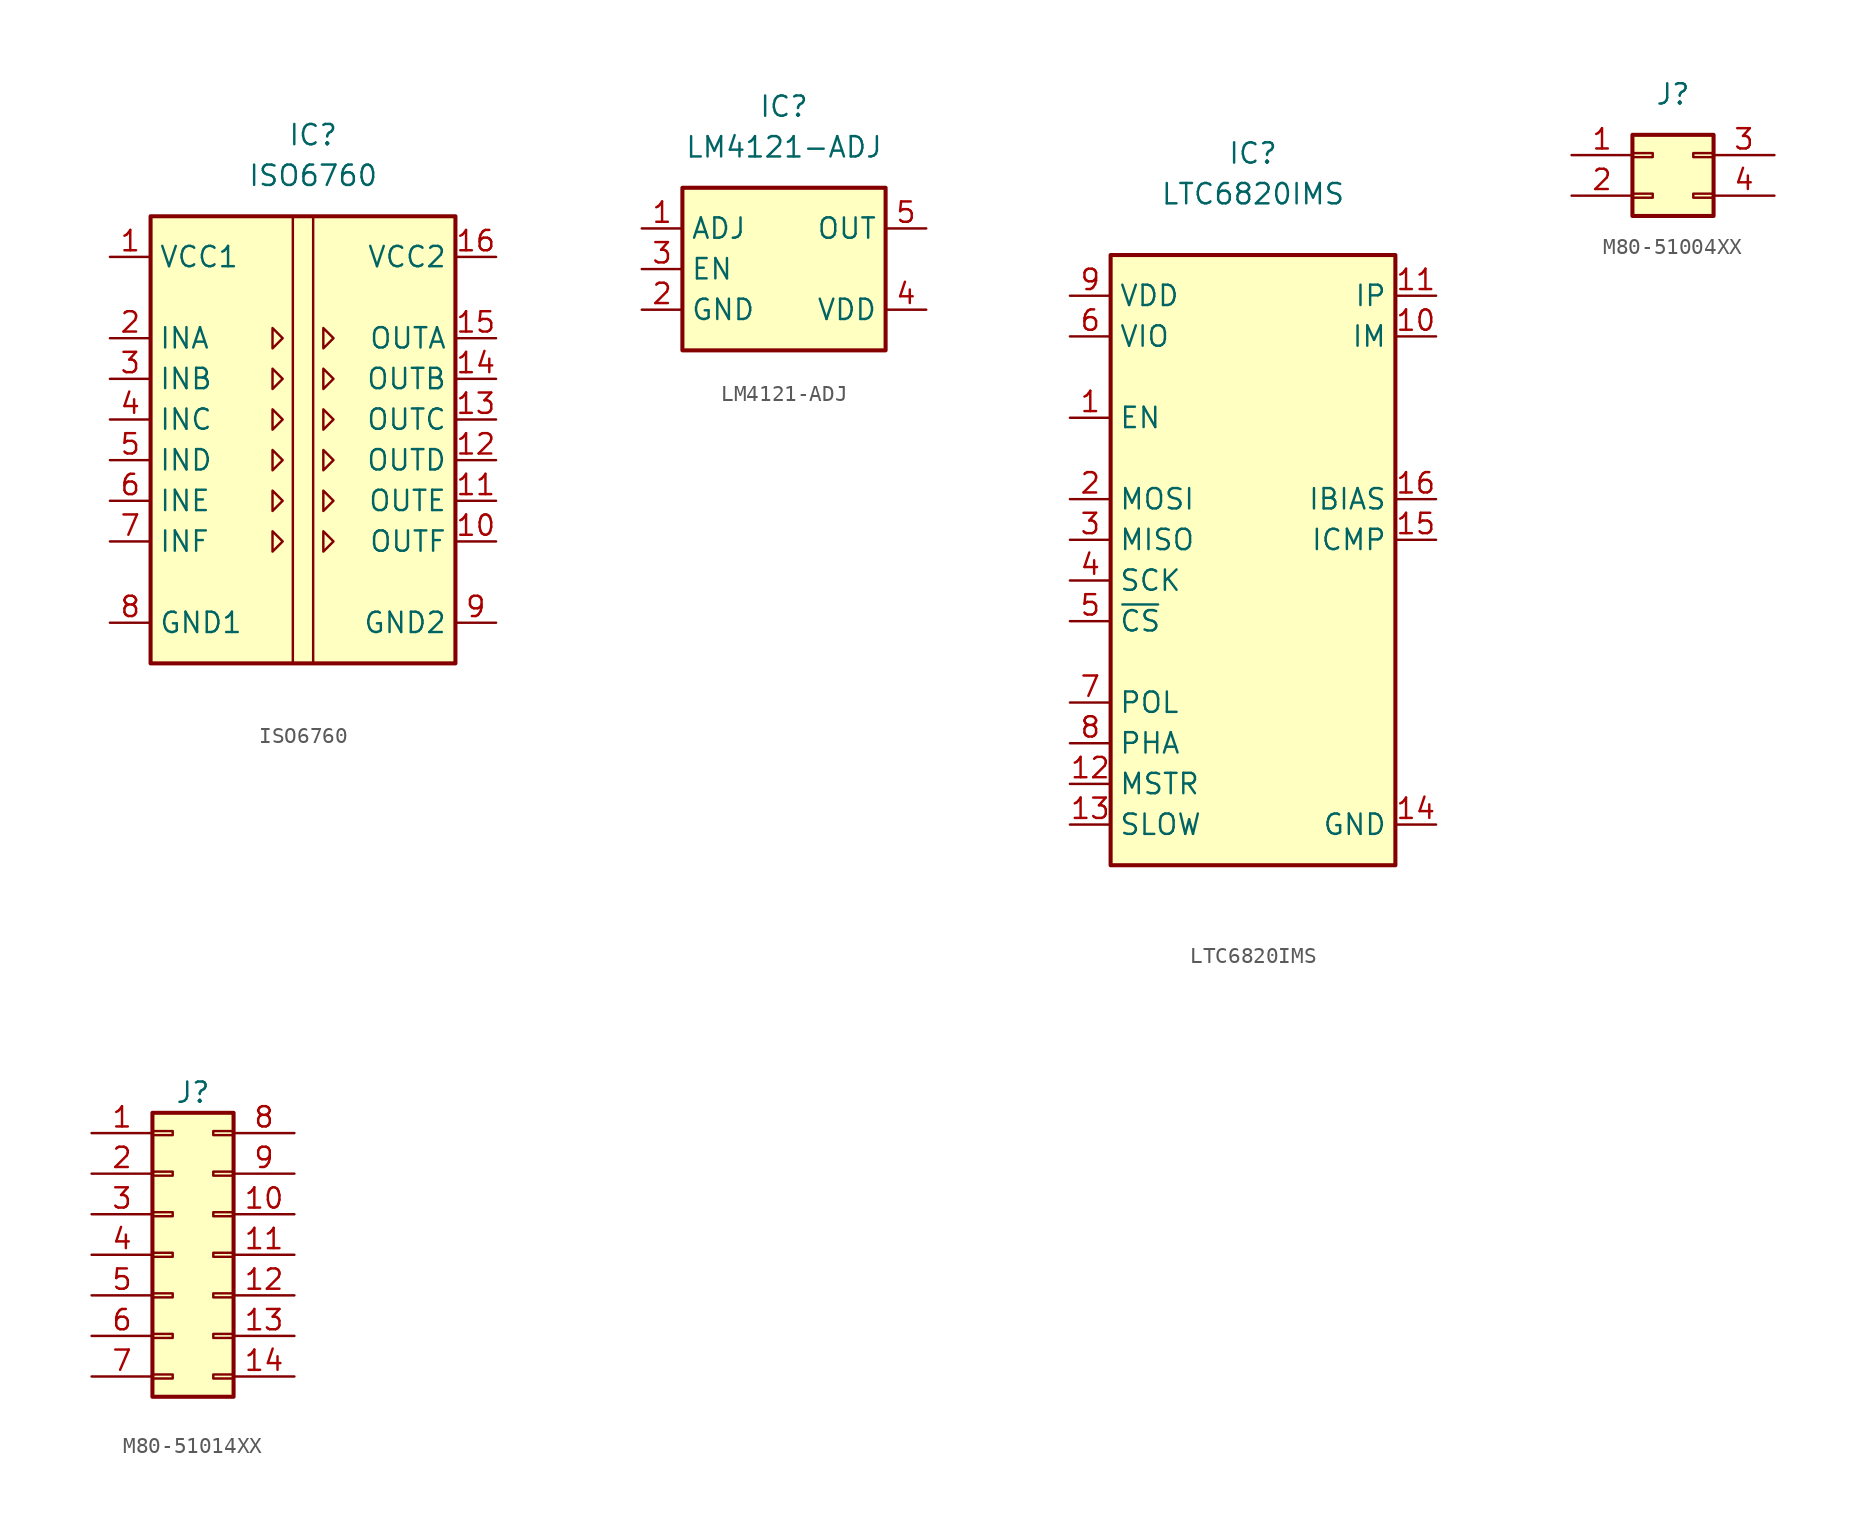
<source format=kicad_sym>
(kicad_symbol_lib
  (version 20231120)
  (generator "kicad_symbol_editor")
  (generator_version "8.0")
  (symbol "ISO6760"
    (property "Reference" "IC"
      (at 0 17.78 0)
      (effects (font (size 1.27 1.27))))
    (property "Value" "ISO6760"
      (at 0 15.24 0)
      (effects (font (size 1.27 1.27))))
    (symbol "ISO6760_0_1"
      (rectangle (start -10.16 12.7) (end 8.89 -15.24) (stroke (width 0.254) (type default)) (fill (type background)))
      (polyline (pts (xy -1.27 12.7) (xy -1.27 -15.24)) (stroke (width 0) (type default)) (fill (type none)))
      (polyline (pts (xy 0 12.7) (xy 0 -15.24)) (stroke (width 0) (type default)) (fill (type none))))
    (symbol "ISO6760_1_1"
      (polyline (pts (xy -2.54 -8.255) (xy -1.905 -7.62) (xy -2.54 -6.985) (xy -2.54 -8.255)) (stroke (width 0) (type default)) (fill (type none)))
      (polyline (pts (xy -2.54 -5.715) (xy -1.905 -5.08) (xy -2.54 -4.445) (xy -2.54 -5.715)) (stroke (width 0) (type default)) (fill (type none)))
      (polyline (pts (xy -2.54 -3.175) (xy -1.905 -2.54) (xy -2.54 -1.905) (xy -2.54 -3.175)) (stroke (width 0) (type default)) (fill (type none)))
      (polyline (pts (xy -2.54 -0.635) (xy -1.905 0) (xy -2.54 0.635) (xy -2.54 -0.635)) (stroke (width 0) (type default)) (fill (type none)))
      (polyline (pts (xy -2.54 3.175) (xy -1.905 2.54) (xy -2.54 1.905) (xy -2.54 3.175)) (stroke (width 0) (type default)) (fill (type none)))
      (polyline (pts (xy -2.54 5.715) (xy -1.905 5.08) (xy -2.54 4.445) (xy -2.54 5.715)) (stroke (width 0) (type default)) (fill (type none)))
      (polyline (pts (xy 0.635 -8.255) (xy 1.27 -7.62) (xy 0.635 -6.985) (xy 0.635 -8.255)) (stroke (width 0) (type default)) (fill (type none)))
      (polyline (pts (xy 0.635 -5.715) (xy 1.27 -5.08) (xy 0.635 -4.445) (xy 0.635 -5.715)) (stroke (width 0) (type default)) (fill (type none)))
      (polyline (pts (xy 0.635 -3.175) (xy 1.27 -2.54) (xy 0.635 -1.905) (xy 0.635 -3.175)) (stroke (width 0) (type default)) (fill (type none)))
      (polyline (pts (xy 0.635 0.635) (xy 1.27 0) (xy 0.635 -0.635) (xy 0.635 0.635)) (stroke (width 0) (type default)) (fill (type none)))
      (polyline (pts (xy 0.635 3.175) (xy 1.27 2.54) (xy 0.635 1.905) (xy 0.635 3.175)) (stroke (width 0) (type default)) (fill (type none)))
      (polyline (pts (xy 0.635 5.715) (xy 1.27 5.08) (xy 0.635 4.445) (xy 0.635 5.715)) (stroke (width 0) (type default)) (fill (type none)))
      (pin passive line (at -12.7 10.16 0) (length 2.54) (name "VCC1" (effects (font (size 1.27 1.27)))) (number "1" (effects (font (size 1.27 1.27)))))
      (pin passive line (at 11.43 -7.62 180) (length 2.54) (name "OUTF" (effects (font (size 1.27 1.27)))) (number "10" (effects (font (size 1.27 1.27)))))
      (pin passive line (at 11.43 -5.08 180) (length 2.54) (name "OUTE" (effects (font (size 1.27 1.27)))) (number "11" (effects (font (size 1.27 1.27)))))
      (pin passive line (at 11.43 -2.54 180) (length 2.54) (name "OUTD" (effects (font (size 1.27 1.27)))) (number "12" (effects (font (size 1.27 1.27)))))
      (pin passive line (at 11.43 0 180) (length 2.54) (name "OUTC" (effects (font (size 1.27 1.27)))) (number "13" (effects (font (size 1.27 1.27)))))
      (pin passive line (at 11.43 2.54 180) (length 2.54) (name "OUTB" (effects (font (size 1.27 1.27)))) (number "14" (effects (font (size 1.27 1.27)))))
      (pin passive line (at 11.43 5.08 180) (length 2.54) (name "OUTA" (effects (font (size 1.27 1.27)))) (number "15" (effects (font (size 1.27 1.27)))))
      (pin passive line (at 11.43 10.16 180) (length 2.54) (name "VCC2" (effects (font (size 1.27 1.27)))) (number "16" (effects (font (size 1.27 1.27)))))
      (pin passive line (at -12.7 5.08 0) (length 2.54) (name "INA" (effects (font (size 1.27 1.27)))) (number "2" (effects (font (size 1.27 1.27)))))
      (pin passive line (at -12.7 2.54 0) (length 2.54) (name "INB" (effects (font (size 1.27 1.27)))) (number "3" (effects (font (size 1.27 1.27)))))
      (pin passive line (at -12.7 0 0) (length 2.54) (name "INC" (effects (font (size 1.27 1.27)))) (number "4" (effects (font (size 1.27 1.27)))))
      (pin passive line (at -12.7 -2.54 0) (length 2.54) (name "IND" (effects (font (size 1.27 1.27)))) (number "5" (effects (font (size 1.27 1.27)))))
      (pin passive line (at -12.7 -5.08 0) (length 2.54) (name "INE" (effects (font (size 1.27 1.27)))) (number "6" (effects (font (size 1.27 1.27)))))
      (pin passive line (at -12.7 -7.62 0) (length 2.54) (name "INF" (effects (font (size 1.27 1.27)))) (number "7" (effects (font (size 1.27 1.27)))))
      (pin passive line (at -12.7 -12.7 0) (length 2.54) (name "GND1" (effects (font (size 1.27 1.27)))) (number "8" (effects (font (size 1.27 1.27)))))
      (pin passive line (at 11.43 -12.7 180) (length 2.54) (name "GND2" (effects (font (size 1.27 1.27)))) (number "9" (effects (font (size 1.27 1.27)))))))
  (symbol "LM4121-ADJ"
    (property "Reference" "IC"
      (at 0 10.16 0)
      (effects (font (size 1.27 1.27))))
    (property "Value" "LM4121-ADJ"
      (at 0 7.62 0)
      (effects (font (size 1.27 1.27))))
    (symbol "LM4121-ADJ_0_1"
      (rectangle (start -6.35 5.08) (end 6.35 -5.08) (stroke (width 0.254) (type default)) (fill (type background))))
    (symbol "LM4121-ADJ_1_1"
      (pin input line (at -8.89 2.54 0) (length 2.54) (name "ADJ" (effects (font (size 1.27 1.27)))) (number "1" (effects (font (size 1.27 1.27)))))
      (pin power_in line (at -8.89 -2.54 0) (length 2.54) (name "GND" (effects (font (size 1.27 1.27)))) (number "2" (effects (font (size 1.27 1.27)))))
      (pin output line (at -8.89 0 0) (length 2.54) (name "EN" (effects (font (size 1.27 1.27)))) (number "3" (effects (font (size 1.27 1.27)))))
      (pin power_in line (at 8.89 -2.54 180) (length 2.54) (name "VDD" (effects (font (size 1.27 1.27)))) (number "4" (effects (font (size 1.27 1.27)))))
      (pin power_in line (at 8.89 2.54 180) (length 2.54) (name "OUT" (effects (font (size 1.27 1.27)))) (number "5" (effects (font (size 1.27 1.27)))))))
  (symbol "LTC6820IMS"
    (property "Reference" "IC"
      (at 0 25.4 0)
      (effects (font (size 1.27 1.27))))
    (property "Value" "LTC6820IMS"
      (at 0 22.86 0)
      (effects (font (size 1.27 1.27))))
    (symbol "LTC6820IMS_1_1"
      (rectangle (start -8.89 19.05) (end 8.89 -19.05) (stroke (width 0.254) (type default)) (fill (type background)))
      (pin input line (at -11.43 8.89 0) (length 2.54) (name "EN" (effects (font (size 1.27 1.27)))) (number "1" (effects (font (size 1.27 1.27)))))
      (pin input line (at 11.43 13.97 180) (length 2.54) (name "IM" (effects (font (size 1.27 1.27)))) (number "10" (effects (font (size 1.27 1.27)))))
      (pin input line (at 11.43 16.51 180) (length 2.54) (name "IP" (effects (font (size 1.27 1.27)))) (number "11" (effects (font (size 1.27 1.27)))))
      (pin input line (at -11.43 -13.97 0) (length 2.54) (name "MSTR" (effects (font (size 1.27 1.27)))) (number "12" (effects (font (size 1.27 1.27)))))
      (pin input line (at -11.43 -16.51 0) (length 2.54) (name "SLOW" (effects (font (size 1.27 1.27)))) (number "13" (effects (font (size 1.27 1.27)))))
      (pin power_in line (at 11.43 -16.51 180) (length 2.54) (name "GND" (effects (font (size 1.27 1.27)))) (number "14" (effects (font (size 1.27 1.27)))))
      (pin input line (at 11.43 1.27 180) (length 2.54) (name "ICMP" (effects (font (size 1.27 1.27)))) (number "15" (effects (font (size 1.27 1.27)))))
      (pin input line (at 11.43 3.81 180) (length 2.54) (name "IBIAS" (effects (font (size 1.27 1.27)))) (number "16" (effects (font (size 1.27 1.27)))))
      (pin input line (at -11.43 3.81 0) (length 2.54) (name "MOSI" (effects (font (size 1.27 1.27)))) (number "2" (effects (font (size 1.27 1.27)))))
      (pin output line (at -11.43 1.27 0) (length 2.54) (name "MISO" (effects (font (size 1.27 1.27)))) (number "3" (effects (font (size 1.27 1.27)))))
      (pin input line (at -11.43 -1.27 0) (length 2.54) (name "SCK" (effects (font (size 1.27 1.27)))) (number "4" (effects (font (size 1.27 1.27)))))
      (pin input line (at -11.43 -3.81 0) (length 2.54) (name "~{CS}" (effects (font (size 1.27 1.27)))) (number "5" (effects (font (size 1.27 1.27)))))
      (pin power_in line (at -11.43 13.97 0) (length 2.54) (name "VIO" (effects (font (size 1.27 1.27)))) (number "6" (effects (font (size 1.27 1.27)))))
      (pin input line (at -11.43 -8.89 0) (length 2.54) (name "POL" (effects (font (size 1.27 1.27)))) (number "7" (effects (font (size 1.27 1.27)))))
      (pin input line (at -11.43 -11.43 0) (length 2.54) (name "PHA" (effects (font (size 1.27 1.27)))) (number "8" (effects (font (size 1.27 1.27)))))
      (pin power_in line (at -11.43 16.51 0) (length 2.54) (name "VDD" (effects (font (size 1.27 1.27)))) (number "9" (effects (font (size 1.27 1.27)))))))
  (symbol "M80-51004XX"
    (pin_names hide)
    (property "Reference" "J"
      (at 0 5.08 0)
      (effects (font (size 1.27 1.27))))
    (symbol "M80-51004XX_1_1"
      (rectangle (start -2.54 -1.143) (end -1.27 -1.397) (stroke (width 0.152) (type default)) (fill (type none)))
      (rectangle (start -2.54 1.397) (end -1.27 1.143) (stroke (width 0.152) (type default)) (fill (type none)))
      (rectangle (start -2.54 2.54) (end 2.54 -2.54) (stroke (width 0.254) (type default)) (fill (type background)))
      (rectangle (start 2.54 -1.143) (end 1.27 -1.397) (stroke (width 0.152) (type default)) (fill (type none)))
      (rectangle (start 2.54 1.397) (end 1.27 1.143) (stroke (width 0.152) (type default)) (fill (type none)))
      (pin passive line (at -6.35 1.27 0) (length 3.81) (name "Pin_1" (effects (font (size 1.27 1.27)))) (number "1" (effects (font (size 1.27 1.27)))))
      (pin passive line (at -6.35 -1.27 0) (length 3.81) (name "Pin_2" (effects (font (size 1.27 1.27)))) (number "2" (effects (font (size 1.27 1.27)))))
      (pin passive line (at 6.35 1.27 180) (length 3.81) (name "Pin_3" (effects (font (size 1.27 1.27)))) (number "3" (effects (font (size 1.27 1.27)))))
      (pin passive line (at 6.35 -1.27 180) (length 3.81) (name "Pin_4" (effects (font (size 1.27 1.27)))) (number "4" (effects (font (size 1.27 1.27)))))))
  (symbol "M80-51014XX"
    (pin_names hide)
    (property "Reference" "J"
      (at 0 10.16 0)
      (effects (font (size 1.27 1.27))))
    (symbol "M80-51014XX_1_1"
      (rectangle (start -2.54 -7.493) (end -1.27 -7.747) (stroke (width 0.152) (type default)) (fill (type none)))
      (rectangle (start -2.54 -4.953) (end -1.27 -5.207) (stroke (width 0.152) (type default)) (fill (type none)))
      (rectangle (start -2.54 -2.413) (end -1.27 -2.667) (stroke (width 0.152) (type default)) (fill (type none)))
      (rectangle (start -2.54 0.127) (end -1.27 -0.127) (stroke (width 0.152) (type default)) (fill (type none)))
      (rectangle (start -2.54 2.667) (end -1.27 2.413) (stroke (width 0.152) (type default)) (fill (type none)))
      (rectangle (start -2.54 5.207) (end -1.27 4.953) (stroke (width 0.152) (type default)) (fill (type none)))
      (rectangle (start -2.54 7.747) (end -1.27 7.493) (stroke (width 0.152) (type default)) (fill (type none)))
      (rectangle (start -2.54 8.89) (end 2.54 -8.89) (stroke (width 0.254) (type default)) (fill (type background)))
      (rectangle (start 2.54 -7.493) (end 1.27 -7.747) (stroke (width 0.152) (type default)) (fill (type none)))
      (rectangle (start 2.54 -4.953) (end 1.27 -5.207) (stroke (width 0.152) (type default)) (fill (type none)))
      (rectangle (start 2.54 -2.413) (end 1.27 -2.667) (stroke (width 0.152) (type default)) (fill (type none)))
      (rectangle (start 2.54 0.127) (end 1.27 -0.127) (stroke (width 0.152) (type default)) (fill (type none)))
      (rectangle (start 2.54 2.667) (end 1.27 2.413) (stroke (width 0.152) (type default)) (fill (type none)))
      (rectangle (start 2.54 5.207) (end 1.27 4.953) (stroke (width 0.152) (type default)) (fill (type none)))
      (rectangle (start 2.54 7.747) (end 1.27 7.493) (stroke (width 0.152) (type default)) (fill (type none)))
      (pin passive line (at -6.35 7.62 0) (length 3.81) (name "Pin_1" (effects (font (size 1.27 1.27)))) (number "1" (effects (font (size 1.27 1.27)))))
      (pin passive line (at 6.35 2.54 180) (length 3.81) (name "Pin_10" (effects (font (size 1.27 1.27)))) (number "10" (effects (font (size 1.27 1.27)))))
      (pin passive line (at 6.35 0 180) (length 3.81) (name "Pin_11" (effects (font (size 1.27 1.27)))) (number "11" (effects (font (size 1.27 1.27)))))
      (pin passive line (at 6.35 -2.54 180) (length 3.81) (name "Pin_12" (effects (font (size 1.27 1.27)))) (number "12" (effects (font (size 1.27 1.27)))))
      (pin passive line (at 6.35 -5.08 180) (length 3.81) (name "Pin_13" (effects (font (size 1.27 1.27)))) (number "13" (effects (font (size 1.27 1.27)))))
      (pin passive line (at 6.35 -7.62 180) (length 3.81) (name "Pin_14" (effects (font (size 1.27 1.27)))) (number "14" (effects (font (size 1.27 1.27)))))
      (pin passive line (at -6.35 5.08 0) (length 3.81) (name "Pin_2" (effects (font (size 1.27 1.27)))) (number "2" (effects (font (size 1.27 1.27)))))
      (pin passive line (at -6.35 2.54 0) (length 3.81) (name "Pin_3" (effects (font (size 1.27 1.27)))) (number "3" (effects (font (size 1.27 1.27)))))
      (pin passive line (at -6.35 0 0) (length 3.81) (name "Pin_4" (effects (font (size 1.27 1.27)))) (number "4" (effects (font (size 1.27 1.27)))))
      (pin passive line (at -6.35 -2.54 0) (length 3.81) (name "Pin_5" (effects (font (size 1.27 1.27)))) (number "5" (effects (font (size 1.27 1.27)))))
      (pin passive line (at -6.35 -5.08 0) (length 3.81) (name "Pin_6" (effects (font (size 1.27 1.27)))) (number "6" (effects (font (size 1.27 1.27)))))
      (pin passive line (at -6.35 -7.62 0) (length 3.81) (name "Pin_7" (effects (font (size 1.27 1.27)))) (number "7" (effects (font (size 1.27 1.27)))))
      (pin passive line (at 6.35 7.62 180) (length 3.81) (name "Pin_8" (effects (font (size 1.27 1.27)))) (number "8" (effects (font (size 1.27 1.27)))))
      (pin passive line (at 6.35 5.08 180) (length 3.81) (name "Pin_9" (effects (font (size 1.27 1.27)))) (number "9" (effects (font (size 1.27 1.27))))))))
</source>
